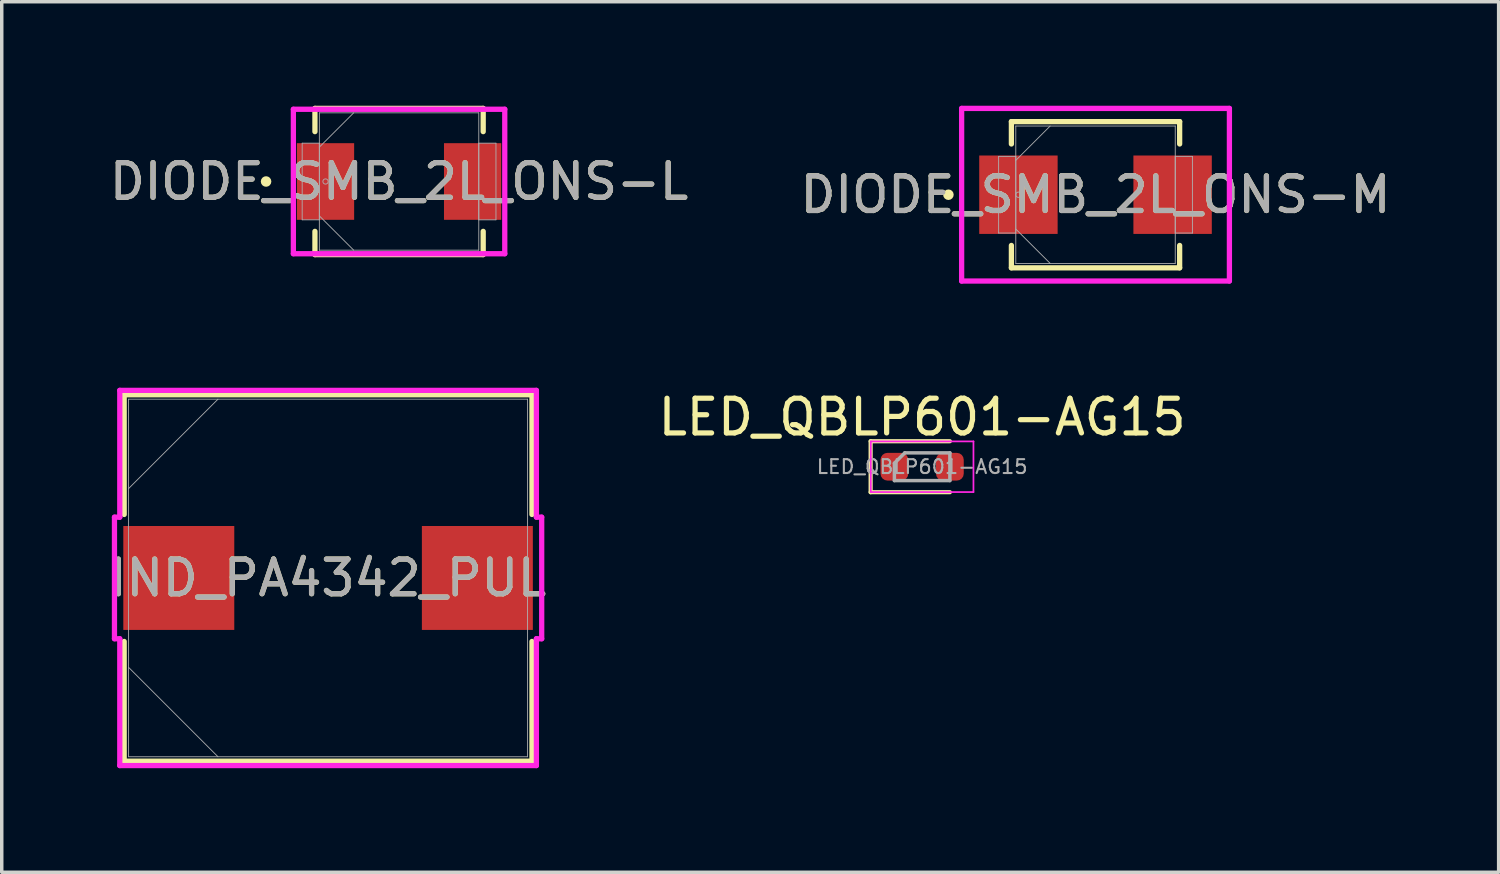
<source format=kicad_pcb>
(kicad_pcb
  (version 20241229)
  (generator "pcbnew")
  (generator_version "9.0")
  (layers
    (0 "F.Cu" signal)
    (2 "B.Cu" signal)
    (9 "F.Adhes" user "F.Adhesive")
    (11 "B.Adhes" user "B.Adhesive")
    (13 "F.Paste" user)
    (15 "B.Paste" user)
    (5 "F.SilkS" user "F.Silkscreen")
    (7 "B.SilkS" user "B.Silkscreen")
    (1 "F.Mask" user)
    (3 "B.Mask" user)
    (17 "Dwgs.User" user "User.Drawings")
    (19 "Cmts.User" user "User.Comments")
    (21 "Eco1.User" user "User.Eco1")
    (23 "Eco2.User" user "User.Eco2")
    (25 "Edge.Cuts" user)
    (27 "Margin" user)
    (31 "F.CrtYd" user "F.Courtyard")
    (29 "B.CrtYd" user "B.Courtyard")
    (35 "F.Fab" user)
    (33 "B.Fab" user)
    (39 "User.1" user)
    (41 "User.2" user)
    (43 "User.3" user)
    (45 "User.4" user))
  (footprint "LED_QBLP601-AG15"
    (layer "F.Cu")
    (at 23.542 10.409)
    (property "Reference" "LED_QBLP601-AG15" (at 0 -1.43 0) (layer "F.SilkS") (effects (font (size 1 1) (thickness 0.15))))
    (attr smd)
    (fp_line (start -1.485 -0.735) (end -1.485 0.735) (stroke (width 0.12) (type solid)) (layer "F.SilkS"))
    (fp_line (start -1.485 0.735) (end 0.8 0.735) (stroke (width 0.12) (type solid)) (layer "F.SilkS"))
    (fp_line (start 0.8 -0.735) (end -1.485 -0.735) (stroke (width 0.12) (type solid)) (layer "F.SilkS"))
    (fp_line (start -1.48 -0.73) (end 1.48 -0.73) (stroke (width 0.05) (type solid)) (layer "F.CrtYd"))
    (fp_line (start -1.48 0.73) (end -1.48 -0.73) (stroke (width 0.05) (type solid)) (layer "F.CrtYd"))
    (fp_line (start 1.48 -0.73) (end 1.48 0.73) (stroke (width 0.05) (type solid)) (layer "F.CrtYd"))
    (fp_line (start 1.48 0.73) (end -1.48 0.73) (stroke (width 0.05) (type solid)) (layer "F.CrtYd"))
    (fp_line (start -0.8 -0.1) (end -0.8 0.4) (stroke (width 0.1) (type solid)) (layer "F.Fab"))
    (fp_line (start -0.8 0.4) (end 0.8 0.4) (stroke (width 0.1) (type solid)) (layer "F.Fab"))
    (fp_line (start -0.5 -0.4) (end -0.8 -0.1) (stroke (width 0.1) (type solid)) (layer "F.Fab"))
    (fp_line (start 0.8 -0.4) (end -0.5 -0.4) (stroke (width 0.1) (type solid)) (layer "F.Fab"))
    (fp_line (start 0.8 0.4) (end 0.8 -0.4) (stroke (width 0.1) (type solid)) (layer "F.Fab"))
    (fp_text user "${REFERENCE}" (at 0 0 0) (layer "F.Fab") (effects (font (size 0.4 0.4) (thickness 0.06))))
    (pad "1" smd roundrect (at -0.8 0) (size 0.8 0.8) (layers "F.Cu" "F.Mask" "F.Paste") (roundrect_rratio 0.25))
    (pad "2" smd roundrect (at 0.8 0) (size 0.8 0.8) (layers "F.Cu" "F.Mask" "F.Paste") (roundrect_rratio 0.25)))
  (footprint "DIODE_SMB_2L_ONS-M"
    (layer "F.Cu")
    (at 28.542 2.565)
    (property "Reference" "DIODE_SMB_2L_ONS-M" (at 0 0 0) (unlocked yes) (layer "F.SilkS") (effects (font (size 1 1) (thickness 0.15))))
    (attr smd)
    (fp_line (start -2.426 -2.108) (end -2.426 -1.463) (stroke (width 0.152) (type solid)) (layer "F.SilkS"))
    (fp_line (start -2.426 1.463) (end -2.426 2.108) (stroke (width 0.152) (type solid)) (layer "F.SilkS"))
    (fp_line (start -2.426 2.108) (end 2.426 2.108) (stroke (width 0.152) (type solid)) (layer "F.SilkS"))
    (fp_line (start 2.426 -2.108) (end -2.426 -2.108) (stroke (width 0.152) (type solid)) (layer "F.SilkS"))
    (fp_line (start 2.426 -1.463) (end 2.426 -2.108) (stroke (width 0.152) (type solid)) (layer "F.SilkS"))
    (fp_line (start 2.426 2.108) (end 2.426 1.463) (stroke (width 0.152) (type solid)) (layer "F.SilkS"))
    (fp_circle (center -4.242 0) (end -4.166 0) (stroke (width 0.152) (type solid)) (fill no) (layer "F.SilkS"))
    (fp_line (start -3.861 -2.489) (end 3.861 -2.489) (stroke (width 0.152) (type solid)) (layer "F.CrtYd"))
    (fp_line (start -3.861 2.489) (end -3.861 -2.489) (stroke (width 0.152) (type solid)) (layer "F.CrtYd"))
    (fp_line (start 3.861 -2.489) (end 3.861 2.489) (stroke (width 0.152) (type solid)) (layer "F.CrtYd"))
    (fp_line (start 3.861 2.489) (end -3.861 2.489) (stroke (width 0.152) (type solid)) (layer "F.CrtYd"))
    (fp_line (start -2.794 -1.105) (end -2.794 1.105) (stroke (width 0.025) (type solid)) (layer "F.Fab"))
    (fp_line (start -2.794 1.105) (end -2.299 1.105) (stroke (width 0.025) (type solid)) (layer "F.Fab"))
    (fp_line (start -2.299 -1.981) (end -2.299 1.981) (stroke (width 0.025) (type solid)) (layer "F.Fab"))
    (fp_line (start -2.299 -1.105) (end -2.794 -1.105) (stroke (width 0.025) (type solid)) (layer "F.Fab"))
    (fp_line (start -2.299 -0.991) (end -1.308 -1.981) (stroke (width 0.025) (type solid)) (layer "F.Fab"))
    (fp_line (start -2.299 0.991) (end -1.308 1.981) (stroke (width 0.025) (type solid)) (layer "F.Fab"))
    (fp_line (start -2.299 1.105) (end -2.299 -1.105) (stroke (width 0.025) (type solid)) (layer "F.Fab"))
    (fp_line (start -2.299 1.981) (end 2.299 1.981) (stroke (width 0.025) (type solid)) (layer "F.Fab"))
    (fp_line (start 2.299 -1.981) (end -2.299 -1.981) (stroke (width 0.025) (type solid)) (layer "F.Fab"))
    (fp_line (start 2.299 -1.105) (end 2.299 1.105) (stroke (width 0.025) (type solid)) (layer "F.Fab"))
    (fp_line (start 2.299 1.105) (end 2.794 1.105) (stroke (width 0.025) (type solid)) (layer "F.Fab"))
    (fp_line (start 2.299 1.981) (end 2.299 -1.981) (stroke (width 0.025) (type solid)) (layer "F.Fab"))
    (fp_line (start 2.794 -1.105) (end 2.299 -1.105) (stroke (width 0.025) (type solid)) (layer "F.Fab"))
    (fp_line (start 2.794 1.105) (end 2.794 -1.105) (stroke (width 0.025) (type solid)) (layer "F.Fab"))
    (fp_circle (center -2.223 0) (end -2.146 0) (stroke (width 0.025) (type solid)) (fill no) (layer "F.Fab"))
    (fp_text user "${REFERENCE}" (at 0 0 0) (unlocked yes) (layer "F.Fab") (effects (font (size 1 1) (thickness 0.15))))
    (pad "1" smd rect (at -2.223 0) (size 2.261 2.261) (layers "F.Cu" "F.Mask" "F.Paste"))
    (pad "2" smd rect (at 2.223 0) (size 2.261 2.261) (layers "F.Cu" "F.Mask" "F.Paste"))
    (zone (net_name "") (layer "F.Cu") (hatch full 0.508) (connect_pads) (min_thickness 0.254) (filled_areas_thickness no) (keepout (tracks not_allowed) (vias not_allowed) (pads allowed) (copperpour not_allowed) (footprints allowed)) (placement (enabled no)) (fill) (polygon (pts (xy 27.5 0.635) (xy 29.583 0.635) (xy 29.583 4.496) (xy 27.5 4.496)))))
  (footprint "DIODE_SMB_2L_ONS-L"
    (layer "F.Cu")
    (at 8.458 2.184)
    (property "Reference" "DIODE_SMB_2L_ONS-L" (at 0 0 0) (unlocked yes) (layer "F.SilkS") (effects (font (size 1 1) (thickness 0.15))))
    (attr smd)
    (fp_line (start -2.426 -2.108) (end -2.426 -1.438) (stroke (width 0.152) (type solid)) (layer "F.SilkS"))
    (fp_line (start -2.426 1.438) (end -2.426 2.108) (stroke (width 0.152) (type solid)) (layer "F.SilkS"))
    (fp_line (start -2.426 2.108) (end 2.426 2.108) (stroke (width 0.152) (type solid)) (layer "F.SilkS"))
    (fp_line (start 2.426 -2.108) (end -2.426 -2.108) (stroke (width 0.152) (type solid)) (layer "F.SilkS"))
    (fp_line (start 2.426 -1.438) (end 2.426 -2.108) (stroke (width 0.152) (type solid)) (layer "F.SilkS"))
    (fp_line (start 2.426 2.108) (end 2.426 1.438) (stroke (width 0.152) (type solid)) (layer "F.SilkS"))
    (fp_circle (center -3.835 0) (end -3.759 0) (stroke (width 0.152) (type solid)) (fill no) (layer "F.SilkS"))
    (fp_line (start -3.048 -2.083) (end 3.048 -2.083) (stroke (width 0.152) (type solid)) (layer "F.CrtYd"))
    (fp_line (start -3.048 2.083) (end -3.048 -2.083) (stroke (width 0.152) (type solid)) (layer "F.CrtYd"))
    (fp_line (start 3.048 -2.083) (end 3.048 2.083) (stroke (width 0.152) (type solid)) (layer "F.CrtYd"))
    (fp_line (start 3.048 2.083) (end -3.048 2.083) (stroke (width 0.152) (type solid)) (layer "F.CrtYd"))
    (fp_line (start -2.794 -1.105) (end -2.794 1.105) (stroke (width 0.025) (type solid)) (layer "F.Fab"))
    (fp_line (start -2.794 1.105) (end -2.299 1.105) (stroke (width 0.025) (type solid)) (layer "F.Fab"))
    (fp_line (start -2.299 -1.981) (end -2.299 1.981) (stroke (width 0.025) (type solid)) (layer "F.Fab"))
    (fp_line (start -2.299 -1.105) (end -2.794 -1.105) (stroke (width 0.025) (type solid)) (layer "F.Fab"))
    (fp_line (start -2.299 -0.991) (end -1.308 -1.981) (stroke (width 0.025) (type solid)) (layer "F.Fab"))
    (fp_line (start -2.299 0.991) (end -1.308 1.981) (stroke (width 0.025) (type solid)) (layer "F.Fab"))
    (fp_line (start -2.299 1.105) (end -2.299 -1.105) (stroke (width 0.025) (type solid)) (layer "F.Fab"))
    (fp_line (start -2.299 1.981) (end 2.299 1.981) (stroke (width 0.025) (type solid)) (layer "F.Fab"))
    (fp_line (start 2.299 -1.981) (end -2.299 -1.981) (stroke (width 0.025) (type solid)) (layer "F.Fab"))
    (fp_line (start 2.299 -1.105) (end 2.299 1.105) (stroke (width 0.025) (type solid)) (layer "F.Fab"))
    (fp_line (start 2.299 1.105) (end 2.794 1.105) (stroke (width 0.025) (type solid)) (layer "F.Fab"))
    (fp_line (start 2.299 1.981) (end 2.299 -1.981) (stroke (width 0.025) (type solid)) (layer "F.Fab"))
    (fp_line (start 2.794 -1.105) (end 2.299 -1.105) (stroke (width 0.025) (type solid)) (layer "F.Fab"))
    (fp_line (start 2.794 1.105) (end 2.794 -1.105) (stroke (width 0.025) (type solid)) (layer "F.Fab"))
    (fp_circle (center -2.121 0) (end -2.045 0) (stroke (width 0.025) (type solid)) (fill no) (layer "F.Fab"))
    (fp_text user "${REFERENCE}" (at 0 0 0) (unlocked yes) (layer "F.Fab") (effects (font (size 1 1) (thickness 0.15))))
    (pad "1" smd rect (at -2.121 0) (size 1.651 2.21) (layers "F.Cu" "F.Mask" "F.Paste"))
    (pad "2" smd rect (at 2.121 0) (size 1.651 2.21) (layers "F.Cu" "F.Mask" "F.Paste"))
    (zone (net_name "") (layer "F.Cu") (hatch full 0.508) (connect_pads) (min_thickness 0.254) (filled_areas_thickness no) (keepout (tracks not_allowed) (vias not_allowed) (pads allowed) (copperpour not_allowed) (footprints allowed)) (placement (enabled no)) (fill) (polygon (pts (xy 7.214 0.254) (xy 9.703 0.254) (xy 9.703 4.115) (xy 7.214 4.115)))))
  (footprint "IND_PA4342_PUL"
    (layer "F.Cu")
    (at 6.411 13.617)
    (property "Reference" "IND_PA4342_PUL" (at 0 0 0) (unlocked yes) (layer "F.SilkS") (effects (font (size 1 1) (thickness 0.15))))
    (attr smd)
    (fp_line (start -5.88 -5.283) (end -5.88 -1.831) (stroke (width 0.152) (type solid)) (layer "F.SilkS"))
    (fp_line (start -5.88 1.831) (end -5.88 5.283) (stroke (width 0.152) (type solid)) (layer "F.SilkS"))
    (fp_line (start -5.88 5.283) (end 5.88 5.283) (stroke (width 0.152) (type solid)) (layer "F.SilkS"))
    (fp_line (start 5.88 -5.283) (end -5.88 -5.283) (stroke (width 0.152) (type solid)) (layer "F.SilkS"))
    (fp_line (start 5.88 -1.831) (end 5.88 -5.283) (stroke (width 0.152) (type solid)) (layer "F.SilkS"))
    (fp_line (start 5.88 5.283) (end 5.88 1.831) (stroke (width 0.152) (type solid)) (layer "F.SilkS"))
    (fp_line (start -6.16 -1.753) (end -6.007 -1.753) (stroke (width 0.152) (type solid)) (layer "F.CrtYd"))
    (fp_line (start -6.16 1.753) (end -6.16 -1.753) (stroke (width 0.152) (type solid)) (layer "F.CrtYd"))
    (fp_line (start -6.007 -5.41) (end 6.007 -5.41) (stroke (width 0.152) (type solid)) (layer "F.CrtYd"))
    (fp_line (start -6.007 -1.753) (end -6.007 -5.41) (stroke (width 0.152) (type solid)) (layer "F.CrtYd"))
    (fp_line (start -6.007 1.753) (end -6.16 1.753) (stroke (width 0.152) (type solid)) (layer "F.CrtYd"))
    (fp_line (start -6.007 1.753) (end -6.007 5.41) (stroke (width 0.152) (type solid)) (layer "F.CrtYd"))
    (fp_line (start -6.007 5.41) (end 6.007 5.41) (stroke (width 0.152) (type solid)) (layer "F.CrtYd"))
    (fp_line (start 6.007 -5.41) (end 6.007 -1.753) (stroke (width 0.152) (type solid)) (layer "F.CrtYd"))
    (fp_line (start 6.007 -1.753) (end 6.16 -1.753) (stroke (width 0.152) (type solid)) (layer "F.CrtYd"))
    (fp_line (start 6.007 1.753) (end 6.16 1.753) (stroke (width 0.152) (type solid)) (layer "F.CrtYd"))
    (fp_line (start 6.007 5.41) (end 6.007 1.753) (stroke (width 0.152) (type solid)) (layer "F.CrtYd"))
    (fp_line (start 6.16 -1.753) (end 6.16 1.753) (stroke (width 0.152) (type solid)) (layer "F.CrtYd"))
    (fp_line (start -5.753 -5.156) (end -5.753 5.156) (stroke (width 0.025) (type solid)) (layer "F.Fab"))
    (fp_line (start -5.753 -2.578) (end -3.175 -5.156) (stroke (width 0.025) (type solid)) (layer "F.Fab"))
    (fp_line (start -5.753 2.578) (end -3.175 5.156) (stroke (width 0.025) (type solid)) (layer "F.Fab"))
    (fp_line (start -5.753 5.156) (end 5.753 5.156) (stroke (width 0.025) (type solid)) (layer "F.Fab"))
    (fp_line (start 5.753 -5.156) (end -5.753 -5.156) (stroke (width 0.025) (type solid)) (layer "F.Fab"))
    (fp_line (start 5.753 5.156) (end 5.753 -5.156) (stroke (width 0.025) (type solid)) (layer "F.Fab"))
    (fp_text user "${REFERENCE}" (at 0 0 0) (unlocked yes) (layer "F.Fab") (effects (font (size 1 1) (thickness 0.15))))
    (pad "1" smd rect (at -4.305 0 90) (size 2.997 3.2) (layers "F.Cu" "F.Mask" "F.Paste"))
    (pad "2" smd rect (at 4.305 0 90) (size 2.997 3.2) (layers "F.Cu" "F.Mask" "F.Paste")))
  (gr_rect
    (start -3 -3)
    (end 40.167 22.104)
    (stroke (width 0.1) (type default))
    (fill no)
    (layer "Edge.Cuts")))
</source>
